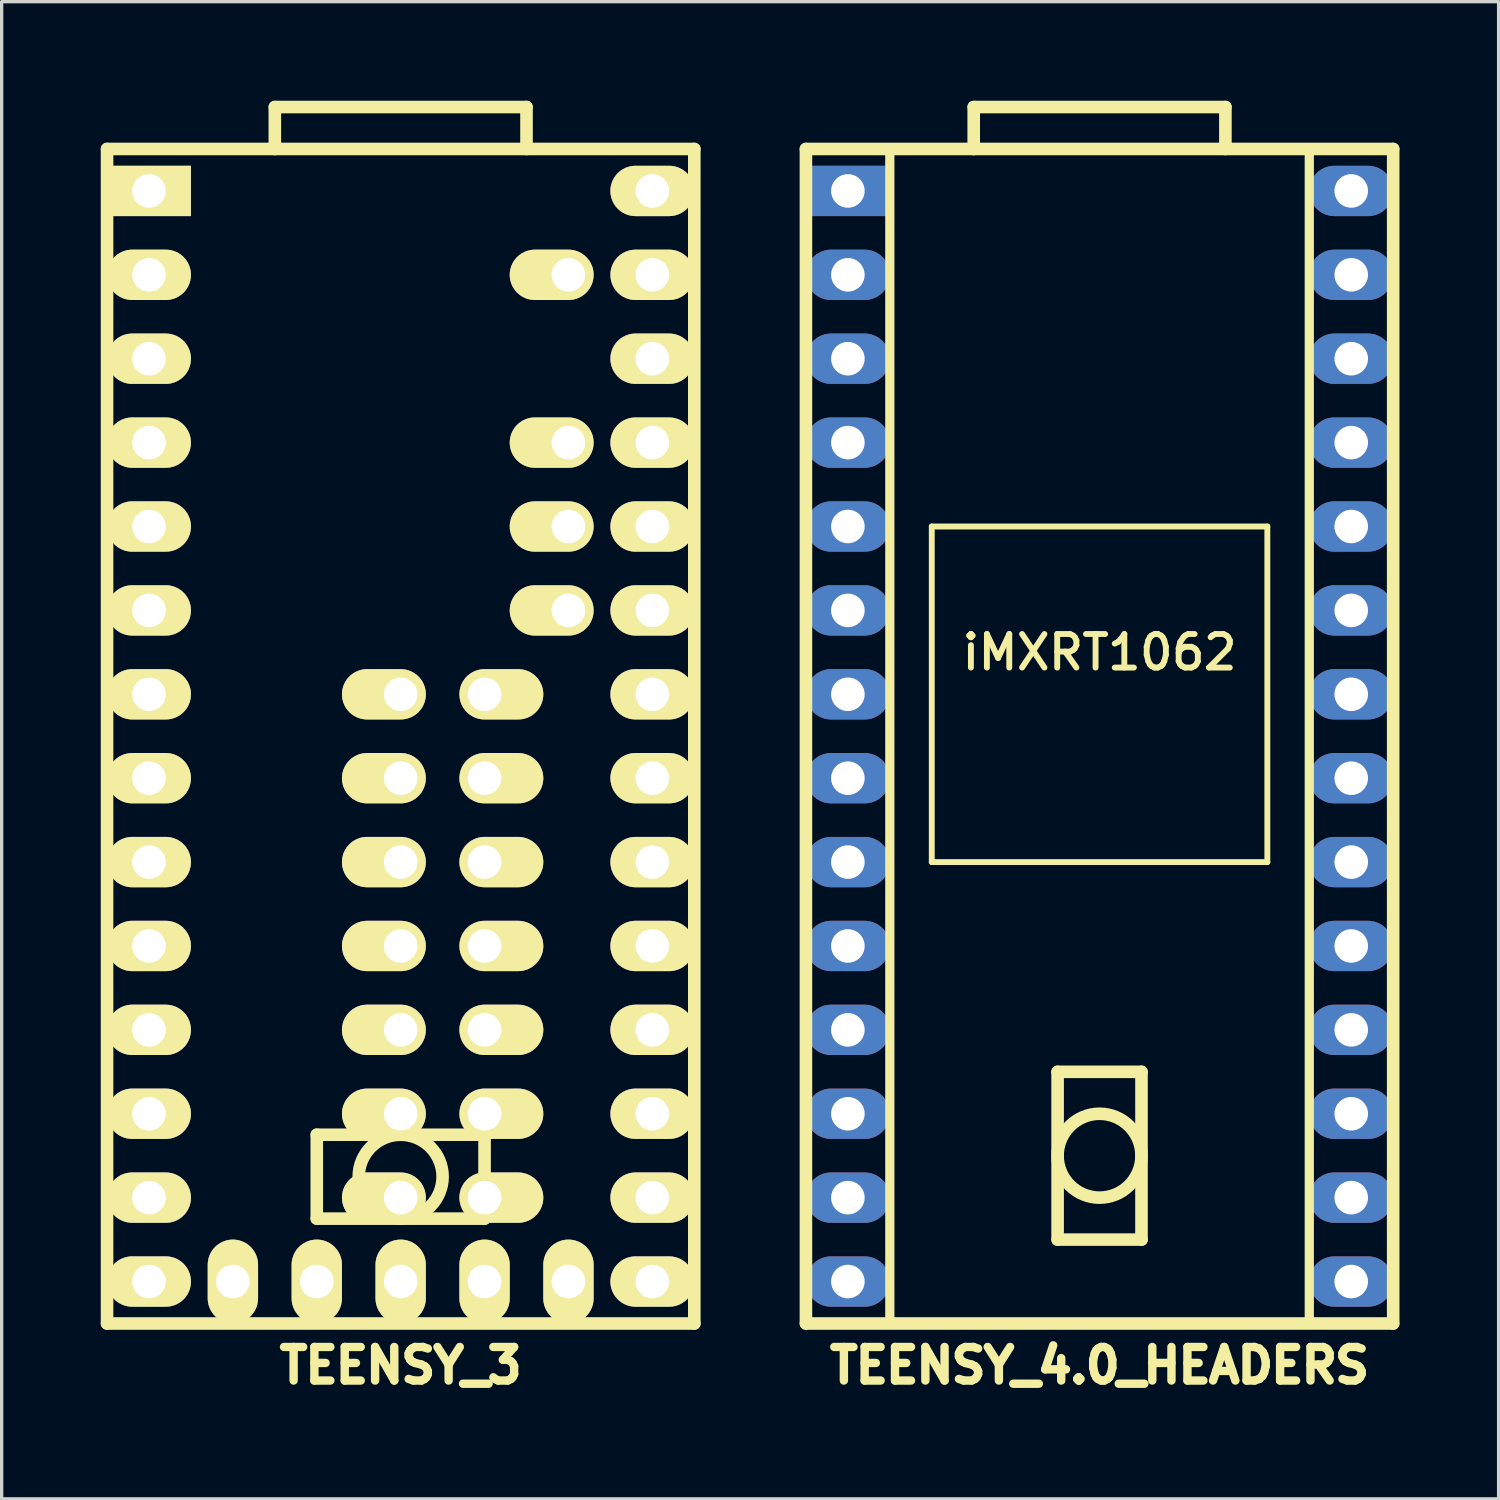
<source format=kicad_pcb>
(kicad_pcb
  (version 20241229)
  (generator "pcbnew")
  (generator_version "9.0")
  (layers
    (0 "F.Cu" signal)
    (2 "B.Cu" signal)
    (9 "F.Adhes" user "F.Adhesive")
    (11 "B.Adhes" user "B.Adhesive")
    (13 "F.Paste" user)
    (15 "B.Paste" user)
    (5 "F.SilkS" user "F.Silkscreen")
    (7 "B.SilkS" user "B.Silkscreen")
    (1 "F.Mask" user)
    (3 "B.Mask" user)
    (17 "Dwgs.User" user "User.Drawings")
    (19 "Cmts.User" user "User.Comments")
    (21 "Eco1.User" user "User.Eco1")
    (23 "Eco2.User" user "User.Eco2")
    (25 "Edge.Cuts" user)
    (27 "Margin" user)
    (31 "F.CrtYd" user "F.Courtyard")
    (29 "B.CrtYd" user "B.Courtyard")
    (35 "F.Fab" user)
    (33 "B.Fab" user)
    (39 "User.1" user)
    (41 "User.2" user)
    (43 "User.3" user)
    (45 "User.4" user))
  (footprint "TEENSY_3"
    (layer "F.Cu")
    (at 9.081 19.241)
    (property "Reference" "TEENSY_3" (at 0 19.05 0) (layer "F.SilkS") (effects (font (size 1.016 1.016) (thickness 0.254))))
    (attr through_hole)
    (fp_line (start -8.89 -17.78) (end -8.89 17.78) (stroke (width 0.381) (type solid)) (layer "F.SilkS"))
    (fp_line (start -8.89 17.78) (end 8.89 17.78) (stroke (width 0.381) (type solid)) (layer "F.SilkS"))
    (fp_line (start -3.81 -19.05) (end 3.81 -19.05) (stroke (width 0.381) (type solid)) (layer "F.SilkS"))
    (fp_line (start -3.81 -17.78) (end -3.81 -19.05) (stroke (width 0.381) (type solid)) (layer "F.SilkS"))
    (fp_line (start -2.54 12.065) (end -2.54 14.605) (stroke (width 0.381) (type solid)) (layer "F.SilkS"))
    (fp_line (start -2.54 14.605) (end 2.54 14.605) (stroke (width 0.381) (type solid)) (layer "F.SilkS"))
    (fp_line (start 2.54 12.065) (end -2.54 12.065) (stroke (width 0.381) (type solid)) (layer "F.SilkS"))
    (fp_line (start 2.54 14.605) (end 2.54 12.065) (stroke (width 0.381) (type solid)) (layer "F.SilkS"))
    (fp_line (start 3.81 -19.05) (end 3.81 -17.78) (stroke (width 0.381) (type solid)) (layer "F.SilkS"))
    (fp_line (start 8.89 -17.78) (end -8.89 -17.78) (stroke (width 0.381) (type solid)) (layer "F.SilkS"))
    (fp_line (start 8.89 17.78) (end 8.89 -17.78) (stroke (width 0.381) (type solid)) (layer "F.SilkS"))
    (fp_circle (center 0 13.335) (end 0 12.065) (stroke (width 0.381) (type solid)) (fill no) (layer "F.SilkS"))
    (pad "" thru_hole oval (at -5.08 16.51) (size 1.524 2.54) (drill 1.016) (layers "*.Cu" "*.Mask" "F.SilkS"))
    (pad "" thru_hole oval (at -2.54 16.51) (size 1.524 2.54) (drill 1.016) (layers "*.Cu" "*.Mask" "F.SilkS"))
    (pad "" thru_hole oval (at 0 1.27) (size 2.54 1.524) (drill 1.016 (offset -0.508 0)) (layers "*.Cu" "*.Mask" "F.SilkS"))
    (pad "" thru_hole oval (at 0 16.51) (size 1.524 2.54) (drill 1.016) (layers "*.Cu" "*.Mask" "F.SilkS"))
    (pad "" thru_hole oval (at 2.54 1.27) (size 2.54 1.524) (drill 1.016 (offset 0.508 0)) (layers "*.Cu" "*.Mask" "F.SilkS"))
    (pad "0" thru_hole oval (at -7.62 -13.97) (size 2.54 1.524) (drill 1.016) (layers "*.Cu" "*.Mask" "F.SilkS"))
    (pad "1" thru_hole oval (at -7.62 -11.43) (size 2.54 1.524) (drill 1.016) (layers "*.Cu" "*.Mask" "F.SilkS"))
    (pad "2" thru_hole oval (at -7.62 -8.89) (size 2.54 1.524) (drill 1.016) (layers "*.Cu" "*.Mask" "F.SilkS"))
    (pad "3" thru_hole oval (at -7.62 -6.35) (size 2.54 1.524) (drill 1.016) (layers "*.Cu" "*.Mask" "F.SilkS"))
    (pad "3V3" thru_hole oval (at 7.62 -11.43) (size 2.54 1.524) (drill 1.016) (layers "*.Cu" "*.Mask" "F.SilkS"))
    (pad "4" thru_hole oval (at -7.62 -3.81) (size 2.54 1.524) (drill 1.016) (layers "*.Cu" "*.Mask" "F.SilkS"))
    (pad "5" thru_hole oval (at -7.62 -1.27) (size 2.54 1.524) (drill 1.016) (layers "*.Cu" "*.Mask" "F.SilkS"))
    (pad "6" thru_hole oval (at -7.62 1.27) (size 2.54 1.524) (drill 1.016) (layers "*.Cu" "*.Mask" "F.SilkS"))
    (pad "7" thru_hole oval (at -7.62 3.81) (size 2.54 1.524) (drill 1.016) (layers "*.Cu" "*.Mask" "F.SilkS"))
    (pad "8" thru_hole oval (at -7.62 6.35) (size 2.54 1.524) (drill 1.016) (layers "*.Cu" "*.Mask" "F.SilkS"))
    (pad "9" thru_hole oval (at -7.62 8.89) (size 2.54 1.524) (drill 1.016) (layers "*.Cu" "*.Mask" "F.SilkS"))
    (pad "10" thru_hole oval (at -7.62 11.43) (size 2.54 1.524) (drill 1.016) (layers "*.Cu" "*.Mask" "F.SilkS"))
    (pad "11" thru_hole oval (at -7.62 13.97) (size 2.54 1.524) (drill 1.016) (layers "*.Cu" "*.Mask" "F.SilkS"))
    (pad "12" thru_hole oval (at -7.62 16.51) (size 2.54 1.524) (drill 1.016) (layers "*.Cu" "*.Mask" "F.SilkS"))
    (pad "13" thru_hole oval (at 7.62 16.51) (size 2.54 1.524) (drill 1.016) (layers "*.Cu" "*.Mask" "F.SilkS"))
    (pad "14" thru_hole oval (at 7.62 13.97) (size 2.54 1.524) (drill 1.016) (layers "*.Cu" "*.Mask" "F.SilkS"))
    (pad "15" thru_hole oval (at 7.62 11.43) (size 2.54 1.524) (drill 1.016) (layers "*.Cu" "*.Mask" "F.SilkS"))
    (pad "16" thru_hole oval (at 7.62 8.89) (size 2.54 1.524) (drill 1.016) (layers "*.Cu" "*.Mask" "F.SilkS"))
    (pad "17" thru_hole oval (at 7.62 6.35) (size 2.54 1.524) (drill 1.016) (layers "*.Cu" "*.Mask" "F.SilkS"))
    (pad "18" thru_hole oval (at 7.62 3.81) (size 2.54 1.524) (drill 1.016) (layers "*.Cu" "*.Mask" "F.SilkS"))
    (pad "19" thru_hole oval (at 7.62 1.27) (size 2.54 1.524) (drill 1.016) (layers "*.Cu" "*.Mask" "F.SilkS"))
    (pad "20" thru_hole oval (at 7.62 -1.27) (size 2.54 1.524) (drill 1.016) (layers "*.Cu" "*.Mask" "F.SilkS"))
    (pad "21" thru_hole oval (at 7.62 -3.81) (size 2.54 1.524) (drill 1.016) (layers "*.Cu" "*.Mask" "F.SilkS"))
    (pad "22" thru_hole oval (at 7.62 -6.35) (size 2.54 1.524) (drill 1.016) (layers "*.Cu" "*.Mask" "F.SilkS"))
    (pad "23" thru_hole oval (at 7.62 -8.89) (size 2.54 1.524) (drill 1.016) (layers "*.Cu" "*.Mask" "F.SilkS"))
    (pad "24" thru_hole oval (at 0 3.81) (size 2.54 1.524) (drill 1.016 (offset -0.508 0)) (layers "*.Cu" "*.Mask" "F.SilkS"))
    (pad "25" thru_hole oval (at 0 6.35) (size 2.54 1.524) (drill 1.016 (offset -0.508 0)) (layers "*.Cu" "*.Mask" "F.SilkS"))
    (pad "26" thru_hole oval (at 0 8.89) (size 2.54 1.524) (drill 1.016 (offset -0.508 0)) (layers "*.Cu" "*.Mask" "F.SilkS"))
    (pad "27" thru_hole oval (at 0 11.43) (size 2.54 1.524) (drill 1.016 (offset -0.508 0)) (layers "*.Cu" "*.Mask" "F.SilkS"))
    (pad "28" thru_hole oval (at 0 13.97) (size 2.54 1.524) (drill 1.016 (offset -0.508 0)) (layers "*.Cu" "*.Mask" "F.SilkS"))
    (pad "29" thru_hole oval (at 2.54 13.97) (size 2.54 1.524) (drill 1.016 (offset 0.508 0)) (layers "*.Cu" "*.Mask" "F.SilkS"))
    (pad "30" thru_hole oval (at 2.54 11.43) (size 2.54 1.524) (drill 1.016 (offset 0.508 0)) (layers "*.Cu" "*.Mask" "F.SilkS"))
    (pad "31" thru_hole oval (at 2.54 8.89) (size 2.54 1.524) (drill 1.016 (offset 0.508 0)) (layers "*.Cu" "*.Mask" "F.SilkS"))
    (pad "32" thru_hole oval (at 2.54 6.35) (size 2.54 1.524) (drill 1.016 (offset 0.508 0)) (layers "*.Cu" "*.Mask" "F.SilkS"))
    (pad "33" thru_hole oval (at 2.54 3.81) (size 2.54 1.524) (drill 1.016 (offset 0.508 0)) (layers "*.Cu" "*.Mask" "F.SilkS"))
    (pad "A10" thru_hole oval (at 5.08 -6.35) (size 2.54 1.524) (drill 1.016 (offset -0.508 0)) (layers "*.Cu" "*.Mask" "F.SilkS"))
    (pad "A11" thru_hole oval (at 5.08 -3.81) (size 2.54 1.524) (drill 1.016 (offset -0.508 0)) (layers "*.Cu" "*.Mask" "F.SilkS"))
    (pad "A12" thru_hole oval (at 0 -1.27) (size 2.54 1.524) (drill 1.016 (offset -0.508 0)) (layers "*.Cu" "*.Mask" "F.SilkS"))
    (pad "A13" thru_hole oval (at 2.54 -1.27) (size 2.54 1.524) (drill 1.016 (offset 0.508 0)) (layers "*.Cu" "*.Mask" "F.SilkS"))
    (pad "AGND" thru_hole oval (at 7.62 -13.97) (size 2.54 1.524) (drill 1.016) (layers "*.Cu" "*.Mask" "F.SilkS"))
    (pad "AREF" thru_hole oval (at 5.08 -8.89) (size 2.54 1.524) (drill 1.016 (offset -0.508 0)) (layers "*.Cu" "*.Mask" "F.SilkS"))
    (pad "DAC" thru_hole oval (at 5.08 16.51) (size 1.524 2.54) (drill 1.016) (layers "*.Cu" "*.Mask" "F.SilkS"))
    (pad "GND" thru_hole rect (at -7.62 -16.51) (size 2.54 1.524) (drill 1.016) (layers "*.Cu" "*.Mask" "F.SilkS"))
    (pad "PROG" thru_hole oval (at 2.54 16.51) (size 1.524 2.54) (drill 1.016) (layers "*.Cu" "*.Mask" "F.SilkS"))
    (pad "V_IN" thru_hole oval (at 7.62 -16.51) (size 2.54 1.524) (drill 1.016) (layers "*.Cu" "*.Mask" "F.SilkS"))
    (pad "V_U" thru_hole oval (at 5.08 -13.97) (size 2.54 1.524) (drill 1.016 (offset -0.508 0)) (layers "*.Cu" "*.Mask" "F.SilkS")))
  (footprint "TEENSY_4.0_HEADERS"
    (layer "F.Cu")
    (at 30.241 19.241)
    (property "Reference" "TEENSY_4.0_HEADERS" (at 0 19.05 0) (layer "F.SilkS") (effects (font (size 1.016 1.016) (thickness 0.254))))
    (attr through_hole)
    (fp_line (start -8.89 -17.78) (end -8.89 17.78) (stroke (width 0.381) (type solid)) (layer "F.SilkS"))
    (fp_line (start -8.89 17.78) (end 8.89 17.78) (stroke (width 0.381) (type solid)) (layer "F.SilkS"))
    (fp_line (start -6.35 -17.78) (end -6.35 17.78) (stroke (width 0.279) (type solid)) (layer "F.SilkS"))
    (fp_line (start -5.08 -6.35) (end -5.08 3.81) (stroke (width 0.178) (type solid)) (layer "F.SilkS"))
    (fp_line (start -5.08 3.81) (end 5.08 3.81) (stroke (width 0.178) (type solid)) (layer "F.SilkS"))
    (fp_line (start -3.81 -19.05) (end 3.81 -19.05) (stroke (width 0.381) (type solid)) (layer "F.SilkS"))
    (fp_line (start -3.81 -17.78) (end -3.81 -19.05) (stroke (width 0.381) (type solid)) (layer "F.SilkS"))
    (fp_line (start -1.27 10.16) (end -1.27 15.24) (stroke (width 0.381) (type solid)) (layer "F.SilkS"))
    (fp_line (start -1.27 15.24) (end 1.27 15.24) (stroke (width 0.381) (type solid)) (layer "F.SilkS"))
    (fp_line (start 1.27 10.16) (end -1.27 10.16) (stroke (width 0.381) (type solid)) (layer "F.SilkS"))
    (fp_line (start 1.27 15.24) (end 1.27 10.16) (stroke (width 0.381) (type solid)) (layer "F.SilkS"))
    (fp_line (start 3.81 -19.05) (end 3.81 -17.78) (stroke (width 0.381) (type solid)) (layer "F.SilkS"))
    (fp_line (start 5.08 -6.35) (end -5.08 -6.35) (stroke (width 0.178) (type solid)) (layer "F.SilkS"))
    (fp_line (start 5.08 3.81) (end 5.08 -6.35) (stroke (width 0.178) (type solid)) (layer "F.SilkS"))
    (fp_line (start 6.35 -17.78) (end 6.35 17.78) (stroke (width 0.279) (type solid)) (layer "F.SilkS"))
    (fp_line (start 8.89 -17.78) (end -8.89 -17.78) (stroke (width 0.381) (type solid)) (layer "F.SilkS"))
    (fp_line (start 8.89 17.78) (end 8.89 -17.78) (stroke (width 0.381) (type solid)) (layer "F.SilkS"))
    (fp_circle (center 0 12.7) (end -1.27 12.7) (stroke (width 0.381) (type solid)) (fill no) (layer "F.SilkS"))
    (fp_text user "iMXRT1062" (at 0 -2.54 0) (layer "F.SilkS") (effects (font (size 1.016 1.016) (thickness 0.178))))
    (pad "" thru_hole oval (at 7.62 -13.97) (size 2.54 1.524) (drill 1.016) (layers "*.Cu" "*.Mask"))
    (pad "0" thru_hole oval (at -7.62 -13.97) (size 2.54 1.524) (drill 1.016) (layers "*.Cu" "*.Mask"))
    (pad "1" thru_hole oval (at -7.62 -11.43) (size 2.54 1.524) (drill 1.016) (layers "*.Cu" "*.Mask"))
    (pad "2" thru_hole oval (at -7.62 -8.89) (size 2.54 1.524) (drill 1.016) (layers "*.Cu" "*.Mask"))
    (pad "3" thru_hole oval (at -7.62 -6.35) (size 2.54 1.524) (drill 1.016) (layers "*.Cu" "*.Mask"))
    (pad "3V3" thru_hole oval (at 7.62 -11.43) (size 2.54 1.524) (drill 1.016) (layers "*.Cu" "*.Mask"))
    (pad "4" thru_hole oval (at -7.62 -3.81) (size 2.54 1.524) (drill 1.016) (layers "*.Cu" "*.Mask"))
    (pad "5" thru_hole oval (at -7.62 -1.27) (size 2.54 1.524) (drill 1.016) (layers "*.Cu" "*.Mask"))
    (pad "6" thru_hole oval (at -7.62 1.27) (size 2.54 1.524) (drill 1.016) (layers "*.Cu" "*.Mask"))
    (pad "7" thru_hole oval (at -7.62 3.81) (size 2.54 1.524) (drill 1.016) (layers "*.Cu" "*.Mask"))
    (pad "8" thru_hole oval (at -7.62 6.35) (size 2.54 1.524) (drill 1.016) (layers "*.Cu" "*.Mask"))
    (pad "9" thru_hole oval (at -7.62 8.89) (size 2.54 1.524) (drill 1.016) (layers "*.Cu" "*.Mask"))
    (pad "10" thru_hole oval (at -7.62 11.43) (size 2.54 1.524) (drill 1.016) (layers "*.Cu" "*.Mask"))
    (pad "11" thru_hole oval (at -7.62 13.97) (size 2.54 1.524) (drill 1.016) (layers "*.Cu" "*.Mask"))
    (pad "12" thru_hole oval (at -7.62 16.51) (size 2.54 1.524) (drill 1.016) (layers "*.Cu" "*.Mask"))
    (pad "13" thru_hole oval (at 7.62 16.51) (size 2.54 1.524) (drill 1.016) (layers "*.Cu" "*.Mask"))
    (pad "14" thru_hole oval (at 7.62 13.97) (size 2.54 1.524) (drill 1.016) (layers "*.Cu" "*.Mask"))
    (pad "15" thru_hole oval (at 7.62 11.43) (size 2.54 1.524) (drill 1.016) (layers "*.Cu" "*.Mask"))
    (pad "16" thru_hole oval (at 7.62 8.89) (size 2.54 1.524) (drill 1.016) (layers "*.Cu" "*.Mask"))
    (pad "17" thru_hole oval (at 7.62 6.35) (size 2.54 1.524) (drill 1.016) (layers "*.Cu" "*.Mask"))
    (pad "18" thru_hole oval (at 7.62 3.81) (size 2.54 1.524) (drill 1.016) (layers "*.Cu" "*.Mask"))
    (pad "19" thru_hole oval (at 7.62 1.27) (size 2.54 1.524) (drill 1.016) (layers "*.Cu" "*.Mask"))
    (pad "20" thru_hole oval (at 7.62 -1.27) (size 2.54 1.524) (drill 1.016) (layers "*.Cu" "*.Mask"))
    (pad "21" thru_hole oval (at 7.62 -3.81) (size 2.54 1.524) (drill 1.016) (layers "*.Cu" "*.Mask"))
    (pad "22" thru_hole oval (at 7.62 -6.35) (size 2.54 1.524) (drill 1.016) (layers "*.Cu" "*.Mask"))
    (pad "23" thru_hole oval (at 7.62 -8.89) (size 2.54 1.524) (drill 1.016) (layers "*.Cu" "*.Mask"))
    (pad "GND" thru_hole rect (at -7.62 -16.51) (size 2.54 1.524) (drill 1.016) (layers "*.Cu" "*.Mask"))
    (pad "V_IN" thru_hole oval (at 7.62 -16.51) (size 2.54 1.524) (drill 1.016) (layers "*.Cu" "*.Mask")))
  (gr_rect
    (start -3 -3)
    (end 42.322 42.331)
    (stroke (width 0.1) (type default))
    (fill no)
    (layer "Edge.Cuts")))
</source>
